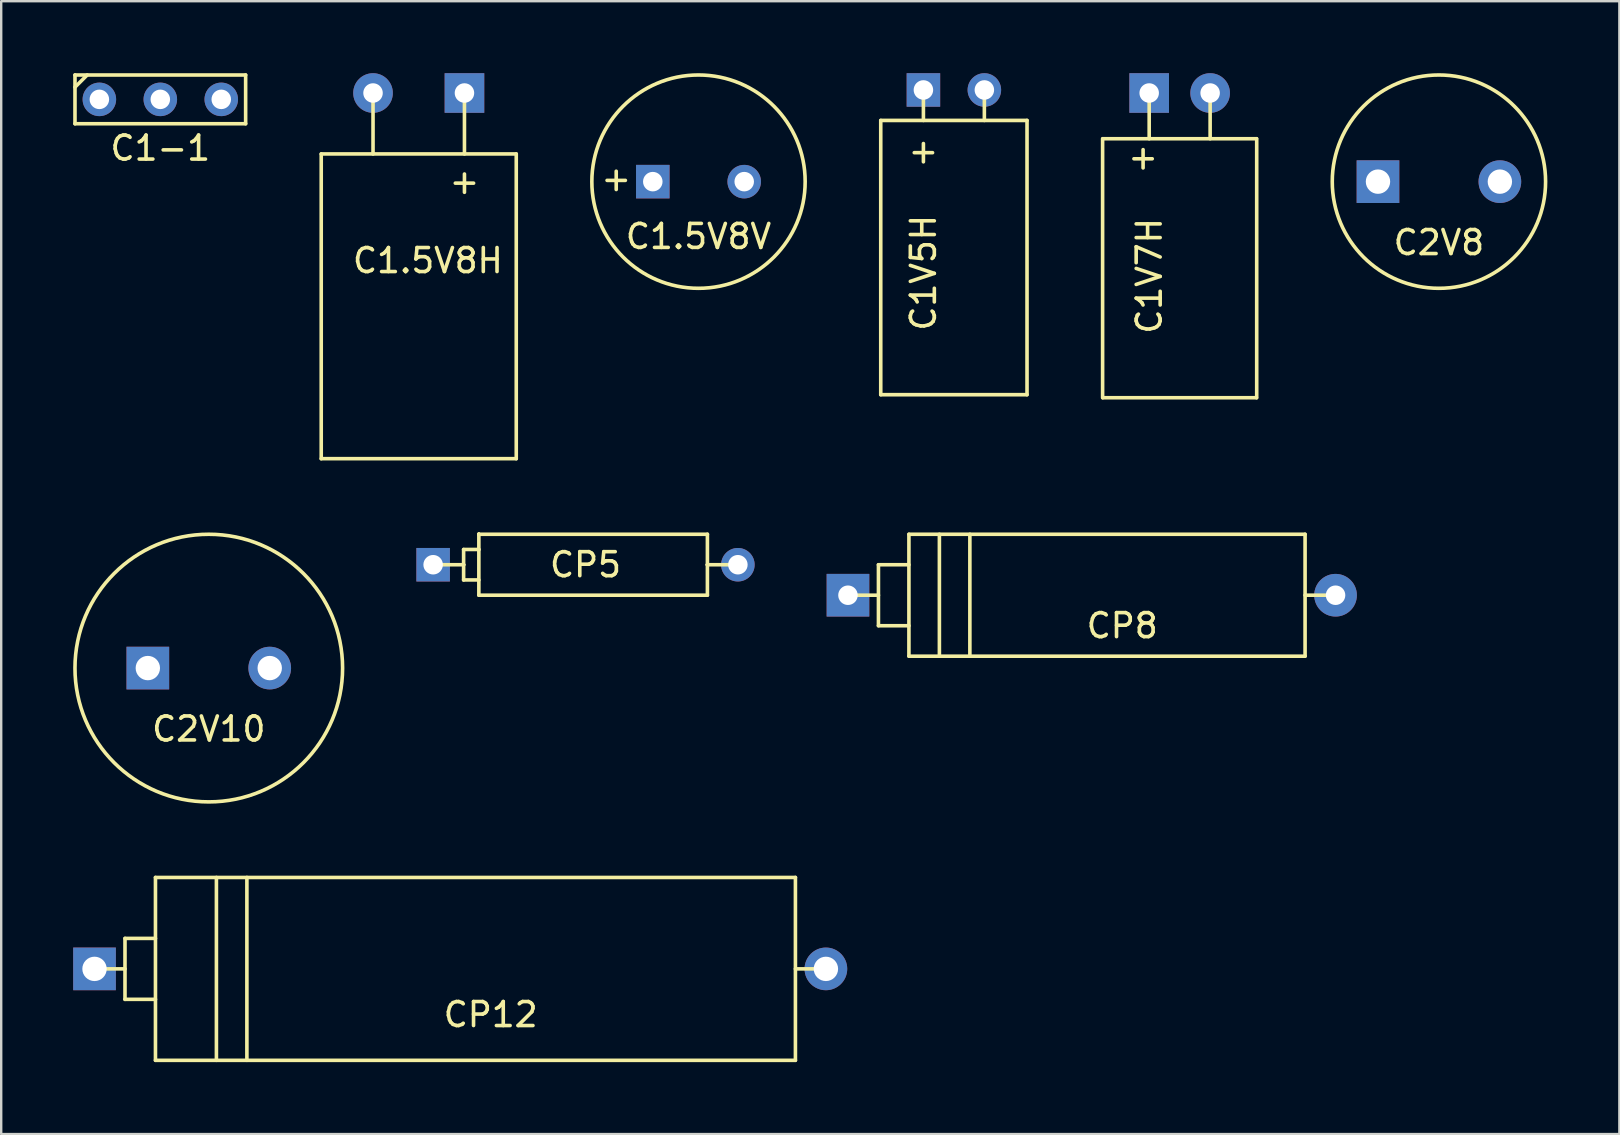
<source format=kicad_pcb>
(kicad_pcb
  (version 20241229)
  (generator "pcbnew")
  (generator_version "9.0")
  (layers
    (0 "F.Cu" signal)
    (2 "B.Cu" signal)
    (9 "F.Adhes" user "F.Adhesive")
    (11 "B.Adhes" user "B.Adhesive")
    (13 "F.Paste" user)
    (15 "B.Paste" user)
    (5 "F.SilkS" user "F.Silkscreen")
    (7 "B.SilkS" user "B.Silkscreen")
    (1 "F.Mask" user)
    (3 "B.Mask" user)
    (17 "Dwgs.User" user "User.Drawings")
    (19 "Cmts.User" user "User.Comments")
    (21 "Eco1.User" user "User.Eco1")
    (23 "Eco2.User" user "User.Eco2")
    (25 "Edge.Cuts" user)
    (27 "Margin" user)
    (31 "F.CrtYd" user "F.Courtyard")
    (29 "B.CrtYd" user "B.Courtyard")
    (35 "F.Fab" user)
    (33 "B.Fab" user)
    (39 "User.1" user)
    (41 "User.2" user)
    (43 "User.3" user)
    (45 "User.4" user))
  (footprint "C1-1"
    (layer "F.Cu")
    (at 3.631 1.091)
    (property "Reference" "C1-1" (at 0 2.032 0) (layer "F.SilkS") (effects (font (size 1 1) (thickness 0.15))))
    (attr through_hole)
    (fp_line (start -3.556 -1.016) (end 3.556 -1.016) (stroke (width 0.15) (type solid)) (layer "F.SilkS"))
    (fp_line (start -3.556 -0.508) (end -3.048 -1.016) (stroke (width 0.15) (type solid)) (layer "F.SilkS"))
    (fp_line (start -3.556 1.016) (end -3.556 -1.016) (stroke (width 0.15) (type solid)) (layer "F.SilkS"))
    (fp_line (start 3.556 -1.016) (end 3.556 1.016) (stroke (width 0.15) (type solid)) (layer "F.SilkS"))
    (fp_line (start 3.556 1.016) (end -3.556 1.016) (stroke (width 0.15) (type solid)) (layer "F.SilkS"))
    (pad "1" thru_hole circle (at -2.54 0) (size 1.397 1.397) (drill 0.813) (layers "*.Cu" "*.Mask"))
    (pad "2" thru_hole circle (at 0 0) (size 1.397 1.397) (drill 0.813) (layers "*.Cu" "*.Mask"))
    (pad "2" thru_hole circle (at 2.54 0) (size 1.397 1.397) (drill 0.813) (layers "*.Cu" "*.Mask")))
  (footprint "C2V10"
    (layer "F.Cu")
    (at 5.651 24.792)
    (property "Reference" "C2V10" (at 0 2.54 0) (layer "F.SilkS") (effects (font (size 1 1) (thickness 0.15))))
    (attr through_hole)
    (fp_circle (center 0 0) (end 4.826 -2.794) (stroke (width 0.15) (type solid)) (fill no) (layer "F.SilkS"))
    (pad "1" thru_hole rect (at -2.54 0) (size 1.778 1.778) (drill 1.016) (layers "*.Cu" "*.Mask"))
    (pad "2" thru_hole circle (at 2.54 0) (size 1.778 1.778) (drill 1.016) (layers "*.Cu" "*.Mask")))
  (footprint "C1V7H"
    (layer "F.Cu")
    (at 46.112 0.826)
    (property "Reference" "C1V7H" (at -1.267 7.62 90) (layer "F.SilkS") (effects (font (size 1 1) (thickness 0.15))))
    (attr through_hole)
    (fp_line (start -3.211 1.905) (end -3.211 12.7) (stroke (width 0.15) (type solid)) (layer "F.SilkS"))
    (fp_line (start -3.2 12.7) (end 3.2 12.7) (stroke (width 0.15) (type solid)) (layer "F.SilkS"))
    (fp_line (start -1.27 0) (end -1.27 1.905) (stroke (width 0.15) (type solid)) (layer "F.SilkS"))
    (fp_line (start 1.27 0) (end 1.27 1.905) (stroke (width 0.15) (type solid)) (layer "F.SilkS"))
    (fp_line (start 3.2 1.905) (end -3.2 1.905) (stroke (width 0.15) (type solid)) (layer "F.SilkS"))
    (fp_line (start 3.211 12.7) (end 3.211 1.905) (stroke (width 0.15) (type solid)) (layer "F.SilkS"))
    (fp_text user "+" (at -1.524 2.667 0) (layer "F.SilkS") (effects (font (size 1 1) (thickness 0.15))))
    (pad "1" thru_hole rect (at -1.27 0) (size 1.651 1.651) (drill 0.813) (layers "*.Cu" "*.Mask"))
    (pad "2" thru_hole circle (at 1.27 0) (size 1.651 1.651) (drill 0.813) (layers "*.Cu" "*.Mask")))
  (footprint "CP12"
    (layer "F.Cu")
    (at 16.129 37.328)
    (property "Reference" "CP12" (at 1.27 1.905 0) (layer "F.SilkS") (effects (font (size 1 1) (thickness 0.15))))
    (attr through_hole)
    (fp_line (start -15.24 0) (end -13.97 0) (stroke (width 0.15) (type solid)) (layer "F.SilkS"))
    (fp_line (start -13.97 -1.27) (end -12.7 -1.27) (stroke (width 0.15) (type solid)) (layer "F.SilkS"))
    (fp_line (start -13.97 1.27) (end -13.97 -1.27) (stroke (width 0.15) (type solid)) (layer "F.SilkS"))
    (fp_line (start -12.7 -3.81) (end -12.7 3.81) (stroke (width 0.15) (type solid)) (layer "F.SilkS"))
    (fp_line (start -12.7 -3.81) (end 13.97 -3.81) (stroke (width 0.15) (type solid)) (layer "F.SilkS"))
    (fp_line (start -12.7 1.27) (end -13.97 1.27) (stroke (width 0.15) (type solid)) (layer "F.SilkS"))
    (fp_line (start -10.16 -3.81) (end -10.16 3.81) (stroke (width 0.15) (type solid)) (layer "F.SilkS"))
    (fp_line (start -8.89 -3.81) (end -8.89 3.81) (stroke (width 0.15) (type solid)) (layer "F.SilkS"))
    (fp_line (start 13.97 -3.81) (end 13.97 3.81) (stroke (width 0.15) (type solid)) (layer "F.SilkS"))
    (fp_line (start 13.97 0) (end 15.24 0) (stroke (width 0.15) (type solid)) (layer "F.SilkS"))
    (fp_line (start 13.97 3.81) (end -12.7 3.81) (stroke (width 0.15) (type solid)) (layer "F.SilkS"))
    (pad "1" thru_hole rect (at -15.24 0) (size 1.778 1.778) (drill 1.016) (layers "*.Cu" "*.Mask"))
    (pad "2" thru_hole circle (at 15.24 0) (size 1.778 1.778) (drill 1.016) (layers "*.Cu" "*.Mask")))
  (footprint "CP5"
    (layer "F.Cu")
    (at 21.351 20.485)
    (property "Reference" "CP5" (at 0 0 0) (layer "F.SilkS") (effects (font (size 1 1) (thickness 0.15))))
    (attr through_hole)
    (fp_line (start -6.35 0) (end -6.35 0) (stroke (width 0.15) (type solid)) (layer "F.SilkS"))
    (fp_line (start -6.35 0) (end -5.08 0) (stroke (width 0.15) (type solid)) (layer "F.SilkS"))
    (fp_line (start -5.08 -0.635) (end -5.08 0.635) (stroke (width 0.15) (type solid)) (layer "F.SilkS"))
    (fp_line (start -5.08 0) (end -5.08 0) (stroke (width 0.15) (type solid)) (layer "F.SilkS"))
    (fp_line (start -5.08 0) (end -5.08 0) (stroke (width 0.15) (type solid)) (layer "F.SilkS"))
    (fp_line (start -5.08 0.635) (end -4.445 0.635) (stroke (width 0.15) (type solid)) (layer "F.SilkS"))
    (fp_line (start -4.445 -1.27) (end -4.445 -1.27) (stroke (width 0.15) (type solid)) (layer "F.SilkS"))
    (fp_line (start -4.445 -1.27) (end -4.445 -1.27) (stroke (width 0.15) (type solid)) (layer "F.SilkS"))
    (fp_line (start -4.445 -1.27) (end -4.445 -1.27) (stroke (width 0.15) (type solid)) (layer "F.SilkS"))
    (fp_line (start -4.445 -1.27) (end 5.08 -1.27) (stroke (width 0.15) (type solid)) (layer "F.SilkS"))
    (fp_line (start -4.445 -0.635) (end -5.08 -0.635) (stroke (width 0.15) (type solid)) (layer "F.SilkS"))
    (fp_line (start -4.445 -0.635) (end -4.445 -0.635) (stroke (width 0.15) (type solid)) (layer "F.SilkS"))
    (fp_line (start -4.445 1.27) (end -4.445 -1.27) (stroke (width 0.15) (type solid)) (layer "F.SilkS"))
    (fp_line (start 5.08 -1.27) (end 5.08 1.27) (stroke (width 0.15) (type solid)) (layer "F.SilkS"))
    (fp_line (start 5.08 0) (end 5.08 0) (stroke (width 0.15) (type solid)) (layer "F.SilkS"))
    (fp_line (start 5.08 0) (end 5.08 0) (stroke (width 0.15) (type solid)) (layer "F.SilkS"))
    (fp_line (start 5.08 0) (end 6.35 0) (stroke (width 0.15) (type solid)) (layer "F.SilkS"))
    (fp_line (start 5.08 1.27) (end -4.445 1.27) (stroke (width 0.15) (type solid)) (layer "F.SilkS"))
    (fp_line (start 6.35 0) (end 6.35 0) (stroke (width 0.15) (type solid)) (layer "F.SilkS"))
    (fp_line (start 6.35 0) (end 6.35 0) (stroke (width 0.15) (type solid)) (layer "F.SilkS"))
    (fp_line (start 6.35 0) (end 6.35 0) (stroke (width 0.15) (type solid)) (layer "F.SilkS"))
    (pad "1" thru_hole rect (at -6.35 0) (size 1.397 1.397) (drill 0.813) (layers "*.Cu" "*.Mask"))
    (pad "2" thru_hole circle (at 6.35 0) (size 1.397 1.397) (drill 0.813) (layers "*.Cu" "*.Mask")))
  (footprint "C1V5H"
    (layer "F.Cu")
    (at 36.703 0.699)
    (property "Reference" "C1V5H" (at -1.27 7.62 90) (layer "F.SilkS") (effects (font (size 1 1) (thickness 0.15))))
    (attr through_hole)
    (fp_line (start -3.048 1.27) (end 3.048 1.27) (stroke (width 0.15) (type solid)) (layer "F.SilkS"))
    (fp_line (start -3.048 12.7) (end -3.048 1.27) (stroke (width 0.15) (type solid)) (layer "F.SilkS"))
    (fp_line (start -3.048 12.7) (end 3.048 12.7) (stroke (width 0.15) (type solid)) (layer "F.SilkS"))
    (fp_line (start -1.27 0) (end -1.27 1.27) (stroke (width 0.15) (type solid)) (layer "F.SilkS"))
    (fp_line (start 1.27 0) (end 1.27 1.27) (stroke (width 0.15) (type solid)) (layer "F.SilkS"))
    (fp_line (start 3.048 1.27) (end 3.048 12.7) (stroke (width 0.15) (type solid)) (layer "F.SilkS"))
    (fp_text user "+" (at -1.27 2.54 0) (layer "F.SilkS") (effects (font (size 1 1) (thickness 0.15))))
    (pad "1" thru_hole rect (at -1.27 0) (size 1.397 1.397) (drill 0.813) (layers "*.Cu" "*.Mask"))
    (pad "2" thru_hole circle (at 1.27 0) (size 1.397 1.397) (drill 0.813) (layers "*.Cu" "*.Mask")))
  (footprint "C1.5V8H"
    (layer "F.Cu")
    (at 14.401 0.826)
    (property "Reference" "C1.5V8H" (at 0.381 6.985 0) (layer "F.SilkS") (effects (font (size 1 1) (thickness 0.15))))
    (attr through_hole)
    (fp_line (start -4.064 2.54) (end -4.064 15.24) (stroke (width 0.15) (type solid)) (layer "F.SilkS"))
    (fp_line (start -4.064 15.24) (end 4.064 15.24) (stroke (width 0.15) (type solid)) (layer "F.SilkS"))
    (fp_line (start -1.905 0) (end -1.905 2.54) (stroke (width 0.15) (type solid)) (layer "F.SilkS"))
    (fp_line (start 1.905 0) (end 1.905 2.54) (stroke (width 0.15) (type solid)) (layer "F.SilkS"))
    (fp_line (start 4.064 2.54) (end -4.064 2.54) (stroke (width 0.15) (type solid)) (layer "F.SilkS"))
    (fp_line (start 4.064 2.54) (end 4.064 15.24) (stroke (width 0.15) (type solid)) (layer "F.SilkS"))
    (fp_text user "+" (at 1.905 3.683 0) (layer "F.SilkS") (effects (font (size 1 1) (thickness 0.15))))
    (pad "1" thru_hole rect (at 1.905 0) (size 1.651 1.651) (drill 0.813) (layers "*.Cu" "*.Mask"))
    (pad "2" thru_hole circle (at -1.905 0) (size 1.651 1.651) (drill 0.813) (layers "*.Cu" "*.Mask")))
  (footprint "CP8"
    (layer "F.Cu")
    (at 42.449 21.756)
    (property "Reference" "CP8" (at 1.27 1.27 0) (layer "F.SilkS") (effects (font (size 1 1) (thickness 0.15))))
    (attr through_hole)
    (fp_line (start -10.16 0) (end -8.89 0) (stroke (width 0.15) (type solid)) (layer "F.SilkS"))
    (fp_line (start -8.89 -1.27) (end -7.62 -1.27) (stroke (width 0.15) (type solid)) (layer "F.SilkS"))
    (fp_line (start -8.89 1.27) (end -8.89 -1.27) (stroke (width 0.15) (type solid)) (layer "F.SilkS"))
    (fp_line (start -7.62 -2.54) (end 8.89 -2.54) (stroke (width 0.15) (type solid)) (layer "F.SilkS"))
    (fp_line (start -7.62 1.27) (end -8.89 1.27) (stroke (width 0.15) (type solid)) (layer "F.SilkS"))
    (fp_line (start -7.62 2.54) (end -7.62 -2.54) (stroke (width 0.15) (type solid)) (layer "F.SilkS"))
    (fp_line (start -6.35 2.54) (end -6.35 -2.54) (stroke (width 0.15) (type solid)) (layer "F.SilkS"))
    (fp_line (start -5.08 -2.54) (end -5.08 2.54) (stroke (width 0.15) (type solid)) (layer "F.SilkS"))
    (fp_line (start 8.89 -2.54) (end 8.89 2.54) (stroke (width 0.15) (type solid)) (layer "F.SilkS"))
    (fp_line (start 8.89 0) (end 10.16 0) (stroke (width 0.15) (type solid)) (layer "F.SilkS"))
    (fp_line (start 8.89 2.54) (end -7.62 2.54) (stroke (width 0.15) (type solid)) (layer "F.SilkS"))
    (pad "1" thru_hole rect (at -10.16 0) (size 1.778 1.778) (drill 0.813) (layers "*.Cu" "*.Mask"))
    (pad "2" thru_hole circle (at 10.16 0) (size 1.778 1.778) (drill 0.813) (layers "*.Cu" "*.Mask")))
  (footprint "C2V8"
    (layer "F.Cu")
    (at 56.917 4.52)
    (property "Reference" "C2V8" (at 0 2.54 0) (layer "F.SilkS") (effects (font (size 1 1) (thickness 0.15))))
    (attr through_hole)
    (fp_circle (center 0 0) (end -4.445 0) (stroke (width 0.15) (type solid)) (fill no) (layer "F.SilkS"))
    (pad "1" thru_hole rect (at -2.54 0) (size 1.778 1.778) (drill 1.016) (layers "*.Cu" "*.Mask"))
    (pad "2" thru_hole circle (at 2.54 0) (size 1.778 1.778) (drill 1.016) (layers "*.Cu" "*.Mask")))
  (footprint "C1.5V8V"
    (layer "F.Cu")
    (at 26.06 4.52)
    (property "Reference" "C1.5V8V" (at 0 2.286 0) (layer "F.SilkS") (effects (font (size 1 1) (thickness 0.15))))
    (attr through_hole)
    (fp_circle (center 0 0) (end 0 4.445) (stroke (width 0.15) (type solid)) (fill no) (layer "F.SilkS"))
    (fp_text user "+" (at -3.429 -0.127 0) (layer "F.SilkS") (effects (font (size 1 1) (thickness 0.15))))
    (pad "1" thru_hole rect (at -1.905 0) (size 1.397 1.397) (drill 0.813) (layers "*.Cu" "*.Mask"))
    (pad "2" thru_hole circle (at 1.905 0) (size 1.397 1.397) (drill 0.813) (layers "*.Cu" "*.Mask")))
  (gr_rect
    (start -3 -3)
    (end 64.437 44.213)
    (stroke (width 0.1) (type default))
    (fill no)
    (layer "Edge.Cuts")))
</source>
